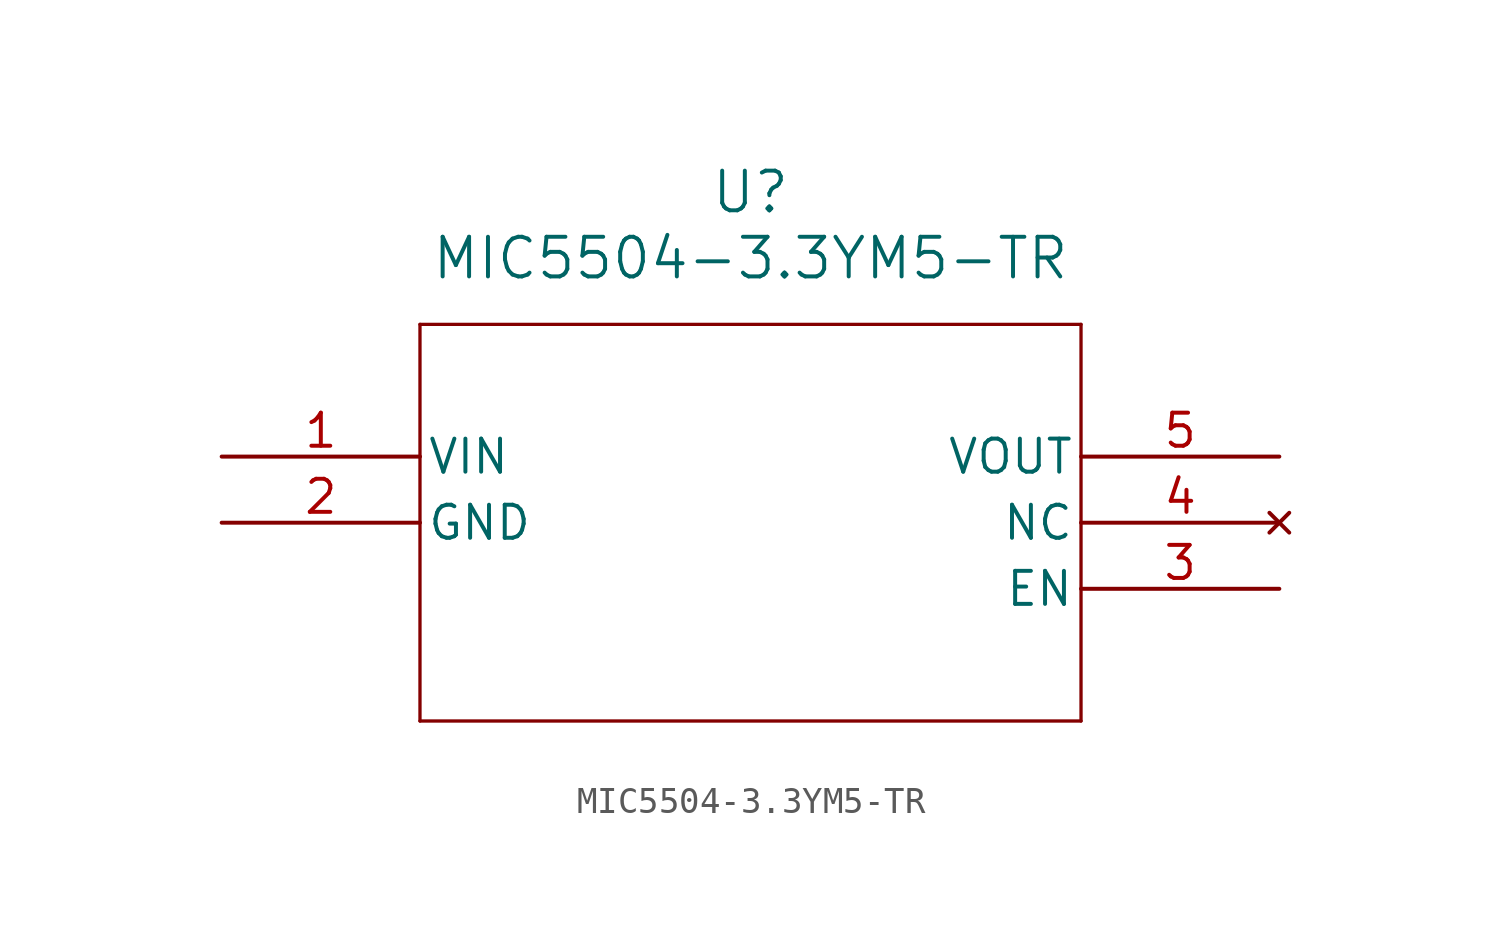
<source format=kicad_sym>
(kicad_symbol_lib
  (version 20231120)
  (generator "kicad_symbol_editor")
  (generator_version "8.0")
  (symbol "MIC5504-3.3YM5-TR"
    (pin_names
      (offset 0.254))
    (property "Reference" "U"
      (at 20.32 10.16 0)
      (effects (font (size 1.524 1.524))))
    (property "Value" "MIC5504-3.3YM5-TR"
      (at 20.32 7.62 0)
      (effects (font (size 1.524 1.524))))
    (property "ki_locked" ""
      (at 0 0 0)
      (effects (font (size 1.27 1.27))))
    (symbol "MIC5504-3.3YM5-TR_0_1"
      (polyline (pts (xy 7.62 -10.16) (xy 33.02 -10.16)) (stroke (width 0.127) (type default)) (fill (type none)))
      (polyline (pts (xy 7.62 5.08) (xy 7.62 -10.16)) (stroke (width 0.127) (type default)) (fill (type none)))
      (polyline (pts (xy 33.02 -10.16) (xy 33.02 5.08)) (stroke (width 0.127) (type default)) (fill (type none)))
      (polyline (pts (xy 33.02 5.08) (xy 7.62 5.08)) (stroke (width 0.127) (type default)) (fill (type none)))
      (pin input line (at 0 0 0) (length 7.62) (name "VIN" (effects (font (size 1.27 1.27)))) (number "1" (effects (font (size 1.27 1.27)))))
      (pin power_in line (at 0 -2.54 0) (length 7.62) (name "GND" (effects (font (size 1.27 1.27)))) (number "2" (effects (font (size 1.27 1.27)))))
      (pin input line (at 40.64 -5.08 180) (length 7.62) (name "EN" (effects (font (size 1.27 1.27)))) (number "3" (effects (font (size 1.27 1.27)))))
      (pin no_connect line (at 40.64 -2.54 180) (length 7.62) (name "NC" (effects (font (size 1.27 1.27)))) (number "4" (effects (font (size 1.27 1.27)))))
      (pin output line (at 40.64 0 180) (length 7.62) (name "VOUT" (effects (font (size 1.27 1.27)))) (number "5" (effects (font (size 1.27 1.27))))))))
</source>
